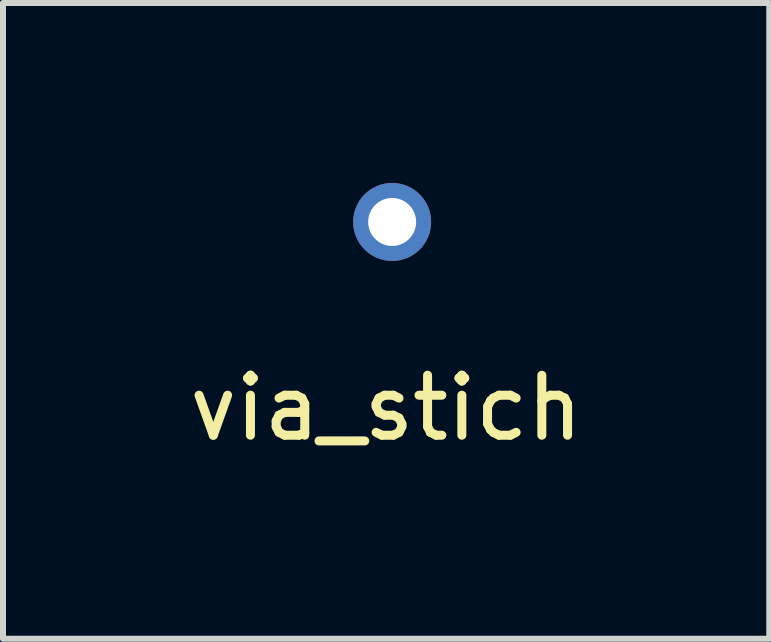
<source format=kicad_pcb>
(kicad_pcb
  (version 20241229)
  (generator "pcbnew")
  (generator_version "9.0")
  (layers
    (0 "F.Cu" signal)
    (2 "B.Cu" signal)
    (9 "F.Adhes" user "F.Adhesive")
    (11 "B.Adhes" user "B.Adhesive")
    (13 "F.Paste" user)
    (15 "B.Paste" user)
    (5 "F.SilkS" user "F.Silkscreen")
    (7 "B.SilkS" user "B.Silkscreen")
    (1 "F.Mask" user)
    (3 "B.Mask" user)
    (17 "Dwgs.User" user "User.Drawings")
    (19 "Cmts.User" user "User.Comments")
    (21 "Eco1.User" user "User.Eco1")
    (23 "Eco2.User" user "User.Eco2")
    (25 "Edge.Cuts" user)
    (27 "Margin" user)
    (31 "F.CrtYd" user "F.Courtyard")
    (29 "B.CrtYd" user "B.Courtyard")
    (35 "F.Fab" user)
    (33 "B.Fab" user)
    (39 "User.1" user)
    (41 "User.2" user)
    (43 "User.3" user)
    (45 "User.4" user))
  (footprint "via_stich"
    (layer "F.Cu")
    (at 3.487 0.65)
    (property "Reference" "via_stich" (at -0.1 3.1 0) (layer "F.SilkS") (effects (font (size 1 1) (thickness 0.15))))
    (attr through_hole)
    (pad "1" thru_hole circle (at 0 0) (size 1.3 1.3) (drill 0.8) (layers "*.Cu")))
  (gr_rect
    (start -3 -3)
    (end 9.774 7.598)
    (stroke (width 0.1) (type default))
    (fill no)
    (layer "Edge.Cuts")))
</source>
